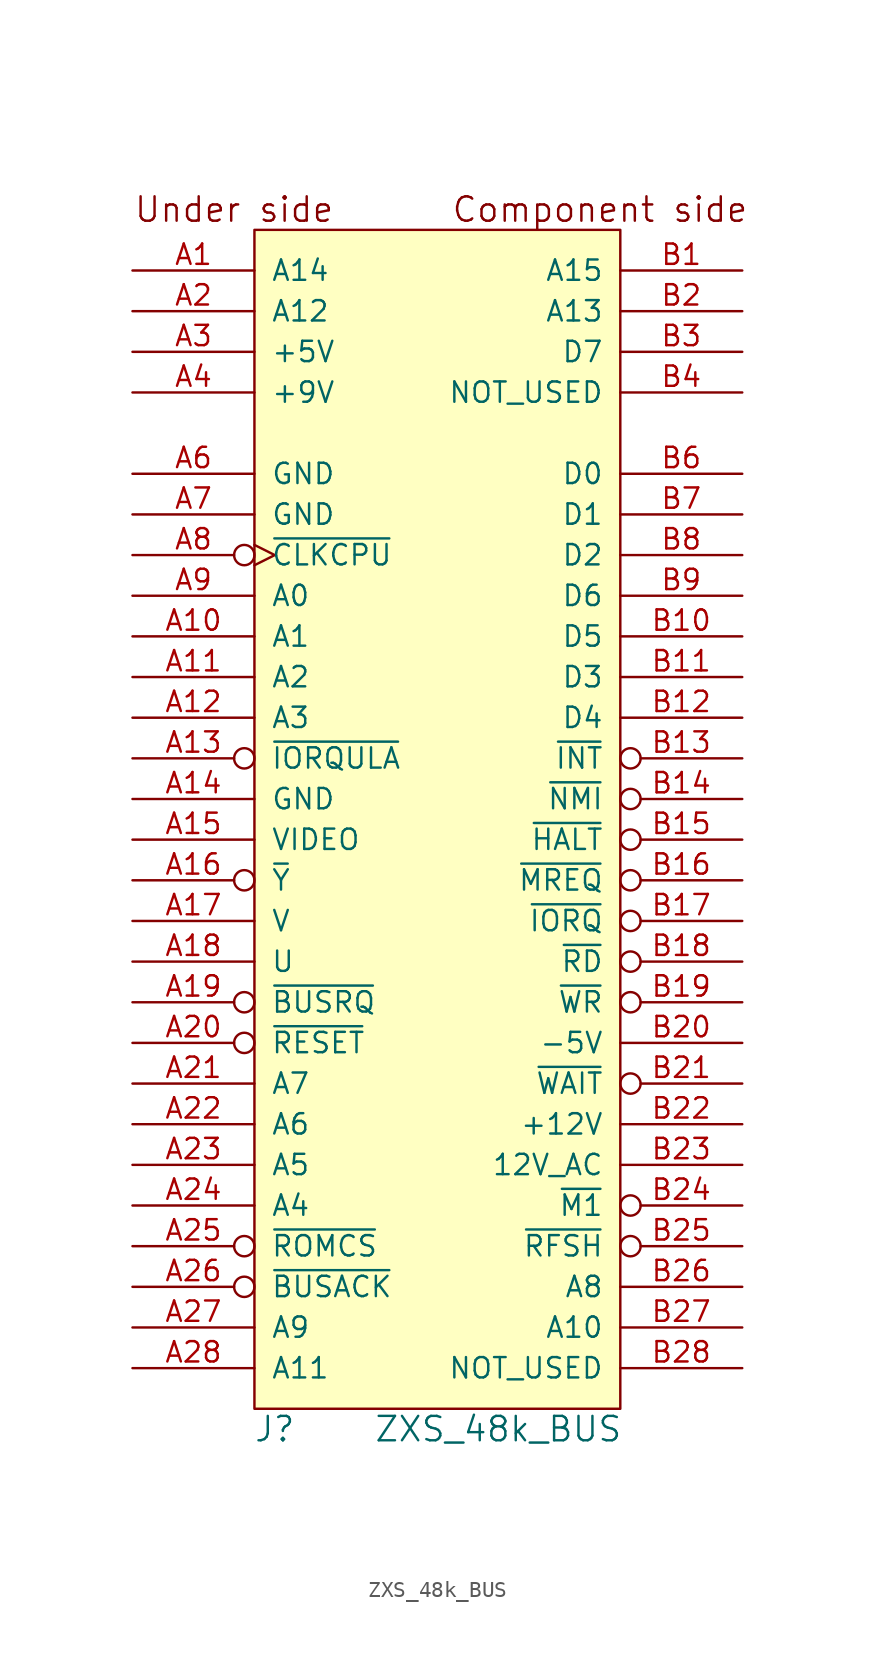
<source format=kicad_sym>
(kicad_symbol_lib
  (version 20211014)
  (generator kicad_symbol_editor)
  (symbol "ZXS_48k_BUS"
    (pin_names
      (offset 1.016))
    (property "Reference" "J"
      (at -16.51 -39.37 0)
      (effects (font (size 1.524 1.524))))
    (property "Value" "ZXS_48k_BUS"
      (at -2.54 -39.37 0)
      (effects (font (size 1.524 1.524))))
    (property "Footprint" ""
      (at 0 -38.1 0)
      (effects (font (size 1.524 1.524))))
    (property "Datasheet" ""
      (at 0 -38.1 0)
      (effects (font (size 1.524 1.524))))
    (symbol "ZXS_48k_BUS_0_0"
      (text "Component side" (at 3.81 36.83 0) (effects (font (size 1.524 1.524))))
      (text "Under side" (at -19.05 36.83 0) (effects (font (size 1.524 1.524)))))
    (symbol "ZXS_48k_BUS_0_1"
      (rectangle (start -17.78 35.56) (end 5.08 -38.1) (stroke (width 0) (type default) (color 0 0 0 0)) (fill (type background))))
    (symbol "ZXS_48k_BUS_1_1"
      (pin output line (at -25.4 33.02 0) (length 7.62) (name "A14" (effects (font (size 1.27 1.27)))) (number "A1" (effects (font (size 1.27 1.27)))))
      (pin output line (at -25.4 10.16 0) (length 7.62) (name "A1" (effects (font (size 1.27 1.27)))) (number "A10" (effects (font (size 1.27 1.27)))))
      (pin output line (at -25.4 7.62 0) (length 7.62) (name "A2" (effects (font (size 1.27 1.27)))) (number "A11" (effects (font (size 1.27 1.27)))))
      (pin output line (at -25.4 5.08 0) (length 7.62) (name "A3" (effects (font (size 1.27 1.27)))) (number "A12" (effects (font (size 1.27 1.27)))))
      (pin output inverted (at -25.4 2.54 0) (length 7.62) (name "~{IORQULA}" (effects (font (size 1.27 1.27)))) (number "A13" (effects (font (size 1.27 1.27)))))
      (pin power_in line (at -25.4 0 0) (length 7.62) (name "GND" (effects (font (size 1.27 1.27)))) (number "A14" (effects (font (size 1.27 1.27)))))
      (pin output line (at -25.4 -2.54 0) (length 7.62) (name "VIDEO" (effects (font (size 1.27 1.27)))) (number "A15" (effects (font (size 1.27 1.27)))))
      (pin output inverted (at -25.4 -5.08 0) (length 7.62) (name "~{Y}" (effects (font (size 1.27 1.27)))) (number "A16" (effects (font (size 1.27 1.27)))))
      (pin output line (at -25.4 -7.62 0) (length 7.62) (name "V" (effects (font (size 1.27 1.27)))) (number "A17" (effects (font (size 1.27 1.27)))))
      (pin output line (at -25.4 -10.16 0) (length 7.62) (name "U" (effects (font (size 1.27 1.27)))) (number "A18" (effects (font (size 1.27 1.27)))))
      (pin input inverted (at -25.4 -12.7 0) (length 7.62) (name "~{BUSRQ}" (effects (font (size 1.27 1.27)))) (number "A19" (effects (font (size 1.27 1.27)))))
      (pin output line (at -25.4 30.48 0) (length 7.62) (name "A12" (effects (font (size 1.27 1.27)))) (number "A2" (effects (font (size 1.27 1.27)))))
      (pin input inverted (at -25.4 -15.24 0) (length 7.62) (name "~{RESET}" (effects (font (size 1.27 1.27)))) (number "A20" (effects (font (size 1.27 1.27)))))
      (pin output line (at -25.4 -17.78 0) (length 7.62) (name "A7" (effects (font (size 1.27 1.27)))) (number "A21" (effects (font (size 1.27 1.27)))))
      (pin output line (at -25.4 -20.32 0) (length 7.62) (name "A6" (effects (font (size 1.27 1.27)))) (number "A22" (effects (font (size 1.27 1.27)))))
      (pin output line (at -25.4 -22.86 0) (length 7.62) (name "A5" (effects (font (size 1.27 1.27)))) (number "A23" (effects (font (size 1.27 1.27)))))
      (pin output line (at -25.4 -25.4 0) (length 7.62) (name "A4" (effects (font (size 1.27 1.27)))) (number "A24" (effects (font (size 1.27 1.27)))))
      (pin input inverted (at -25.4 -27.94 0) (length 7.62) (name "~{ROMCS}" (effects (font (size 1.27 1.27)))) (number "A25" (effects (font (size 1.27 1.27)))))
      (pin output inverted (at -25.4 -30.48 0) (length 7.62) (name "~{BUSACK}" (effects (font (size 1.27 1.27)))) (number "A26" (effects (font (size 1.27 1.27)))))
      (pin output line (at -25.4 -33.02 0) (length 7.62) (name "A9" (effects (font (size 1.27 1.27)))) (number "A27" (effects (font (size 1.27 1.27)))))
      (pin output line (at -25.4 -35.56 0) (length 7.62) (name "A11" (effects (font (size 1.27 1.27)))) (number "A28" (effects (font (size 1.27 1.27)))))
      (pin power_in line (at -25.4 27.94 0) (length 7.62) (name "+5V" (effects (font (size 1.27 1.27)))) (number "A3" (effects (font (size 1.27 1.27)))))
      (pin power_in line (at -25.4 25.4 0) (length 7.62) (name "+9V" (effects (font (size 1.27 1.27)))) (number "A4" (effects (font (size 1.27 1.27)))))
      (pin power_in line (at -25.4 20.32 0) (length 7.62) (name "GND" (effects (font (size 1.27 1.27)))) (number "A6" (effects (font (size 1.27 1.27)))))
      (pin power_in line (at -25.4 17.78 0) (length 7.62) (name "GND" (effects (font (size 1.27 1.27)))) (number "A7" (effects (font (size 1.27 1.27)))))
      (pin output inverted_clock (at -25.4 15.24 0) (length 7.62) (name "~{CLKCPU}" (effects (font (size 1.27 1.27)))) (number "A8" (effects (font (size 1.27 1.27)))))
      (pin output line (at -25.4 12.7 0) (length 7.62) (name "A0" (effects (font (size 1.27 1.27)))) (number "A9" (effects (font (size 1.27 1.27)))))
      (pin output line (at 12.7 33.02 180) (length 7.62) (name "A15" (effects (font (size 1.27 1.27)))) (number "B1" (effects (font (size 1.27 1.27)))))
      (pin bidirectional line (at 12.7 10.16 180) (length 7.62) (name "D5" (effects (font (size 1.27 1.27)))) (number "B10" (effects (font (size 1.27 1.27)))))
      (pin bidirectional line (at 12.7 7.62 180) (length 7.62) (name "D3" (effects (font (size 1.27 1.27)))) (number "B11" (effects (font (size 1.27 1.27)))))
      (pin bidirectional line (at 12.7 5.08 180) (length 7.62) (name "D4" (effects (font (size 1.27 1.27)))) (number "B12" (effects (font (size 1.27 1.27)))))
      (pin input inverted (at 12.7 2.54 180) (length 7.62) (name "~{INT}" (effects (font (size 1.27 1.27)))) (number "B13" (effects (font (size 1.27 1.27)))))
      (pin input inverted (at 12.7 0 180) (length 7.62) (name "~{NMI}" (effects (font (size 1.27 1.27)))) (number "B14" (effects (font (size 1.27 1.27)))))
      (pin output inverted (at 12.7 -2.54 180) (length 7.62) (name "~{HALT}" (effects (font (size 1.27 1.27)))) (number "B15" (effects (font (size 1.27 1.27)))))
      (pin output inverted (at 12.7 -5.08 180) (length 7.62) (name "~{MREQ}" (effects (font (size 1.27 1.27)))) (number "B16" (effects (font (size 1.27 1.27)))))
      (pin output inverted (at 12.7 -7.62 180) (length 7.62) (name "~{IORQ}" (effects (font (size 1.27 1.27)))) (number "B17" (effects (font (size 1.27 1.27)))))
      (pin output inverted (at 12.7 -10.16 180) (length 7.62) (name "~{RD}" (effects (font (size 1.27 1.27)))) (number "B18" (effects (font (size 1.27 1.27)))))
      (pin output inverted (at 12.7 -12.7 180) (length 7.62) (name "~{WR}" (effects (font (size 1.27 1.27)))) (number "B19" (effects (font (size 1.27 1.27)))))
      (pin output line (at 12.7 30.48 180) (length 7.62) (name "A13" (effects (font (size 1.27 1.27)))) (number "B2" (effects (font (size 1.27 1.27)))))
      (pin power_in line (at 12.7 -15.24 180) (length 7.62) (name "-5V" (effects (font (size 1.27 1.27)))) (number "B20" (effects (font (size 1.27 1.27)))))
      (pin input inverted (at 12.7 -17.78 180) (length 7.62) (name "~{WAIT}" (effects (font (size 1.27 1.27)))) (number "B21" (effects (font (size 1.27 1.27)))))
      (pin power_in line (at 12.7 -20.32 180) (length 7.62) (name "+12V" (effects (font (size 1.27 1.27)))) (number "B22" (effects (font (size 1.27 1.27)))))
      (pin power_in line (at 12.7 -22.86 180) (length 7.62) (name "12V_AC" (effects (font (size 1.27 1.27)))) (number "B23" (effects (font (size 1.27 1.27)))))
      (pin output inverted (at 12.7 -25.4 180) (length 7.62) (name "~{M1}" (effects (font (size 1.27 1.27)))) (number "B24" (effects (font (size 1.27 1.27)))))
      (pin output inverted (at 12.7 -27.94 180) (length 7.62) (name "~{RFSH}" (effects (font (size 1.27 1.27)))) (number "B25" (effects (font (size 1.27 1.27)))))
      (pin output line (at 12.7 -30.48 180) (length 7.62) (name "A8" (effects (font (size 1.27 1.27)))) (number "B26" (effects (font (size 1.27 1.27)))))
      (pin output line (at 12.7 -33.02 180) (length 7.62) (name "A10" (effects (font (size 1.27 1.27)))) (number "B27" (effects (font (size 1.27 1.27)))))
      (pin passive line (at 12.7 -35.56 180) (length 7.62) (name "NOT_USED" (effects (font (size 1.27 1.27)))) (number "B28" (effects (font (size 1.27 1.27)))))
      (pin bidirectional line (at 12.7 27.94 180) (length 7.62) (name "D7" (effects (font (size 1.27 1.27)))) (number "B3" (effects (font (size 1.27 1.27)))))
      (pin passive line (at 12.7 25.4 180) (length 7.62) (name "NOT_USED" (effects (font (size 1.27 1.27)))) (number "B4" (effects (font (size 1.27 1.27)))))
      (pin bidirectional line (at 12.7 20.32 180) (length 7.62) (name "D0" (effects (font (size 1.27 1.27)))) (number "B6" (effects (font (size 1.27 1.27)))))
      (pin bidirectional line (at 12.7 17.78 180) (length 7.62) (name "D1" (effects (font (size 1.27 1.27)))) (number "B7" (effects (font (size 1.27 1.27)))))
      (pin bidirectional line (at 12.7 15.24 180) (length 7.62) (name "D2" (effects (font (size 1.27 1.27)))) (number "B8" (effects (font (size 1.27 1.27)))))
      (pin bidirectional line (at 12.7 12.7 180) (length 7.62) (name "D6" (effects (font (size 1.27 1.27)))) (number "B9" (effects (font (size 1.27 1.27))))))))
</source>
